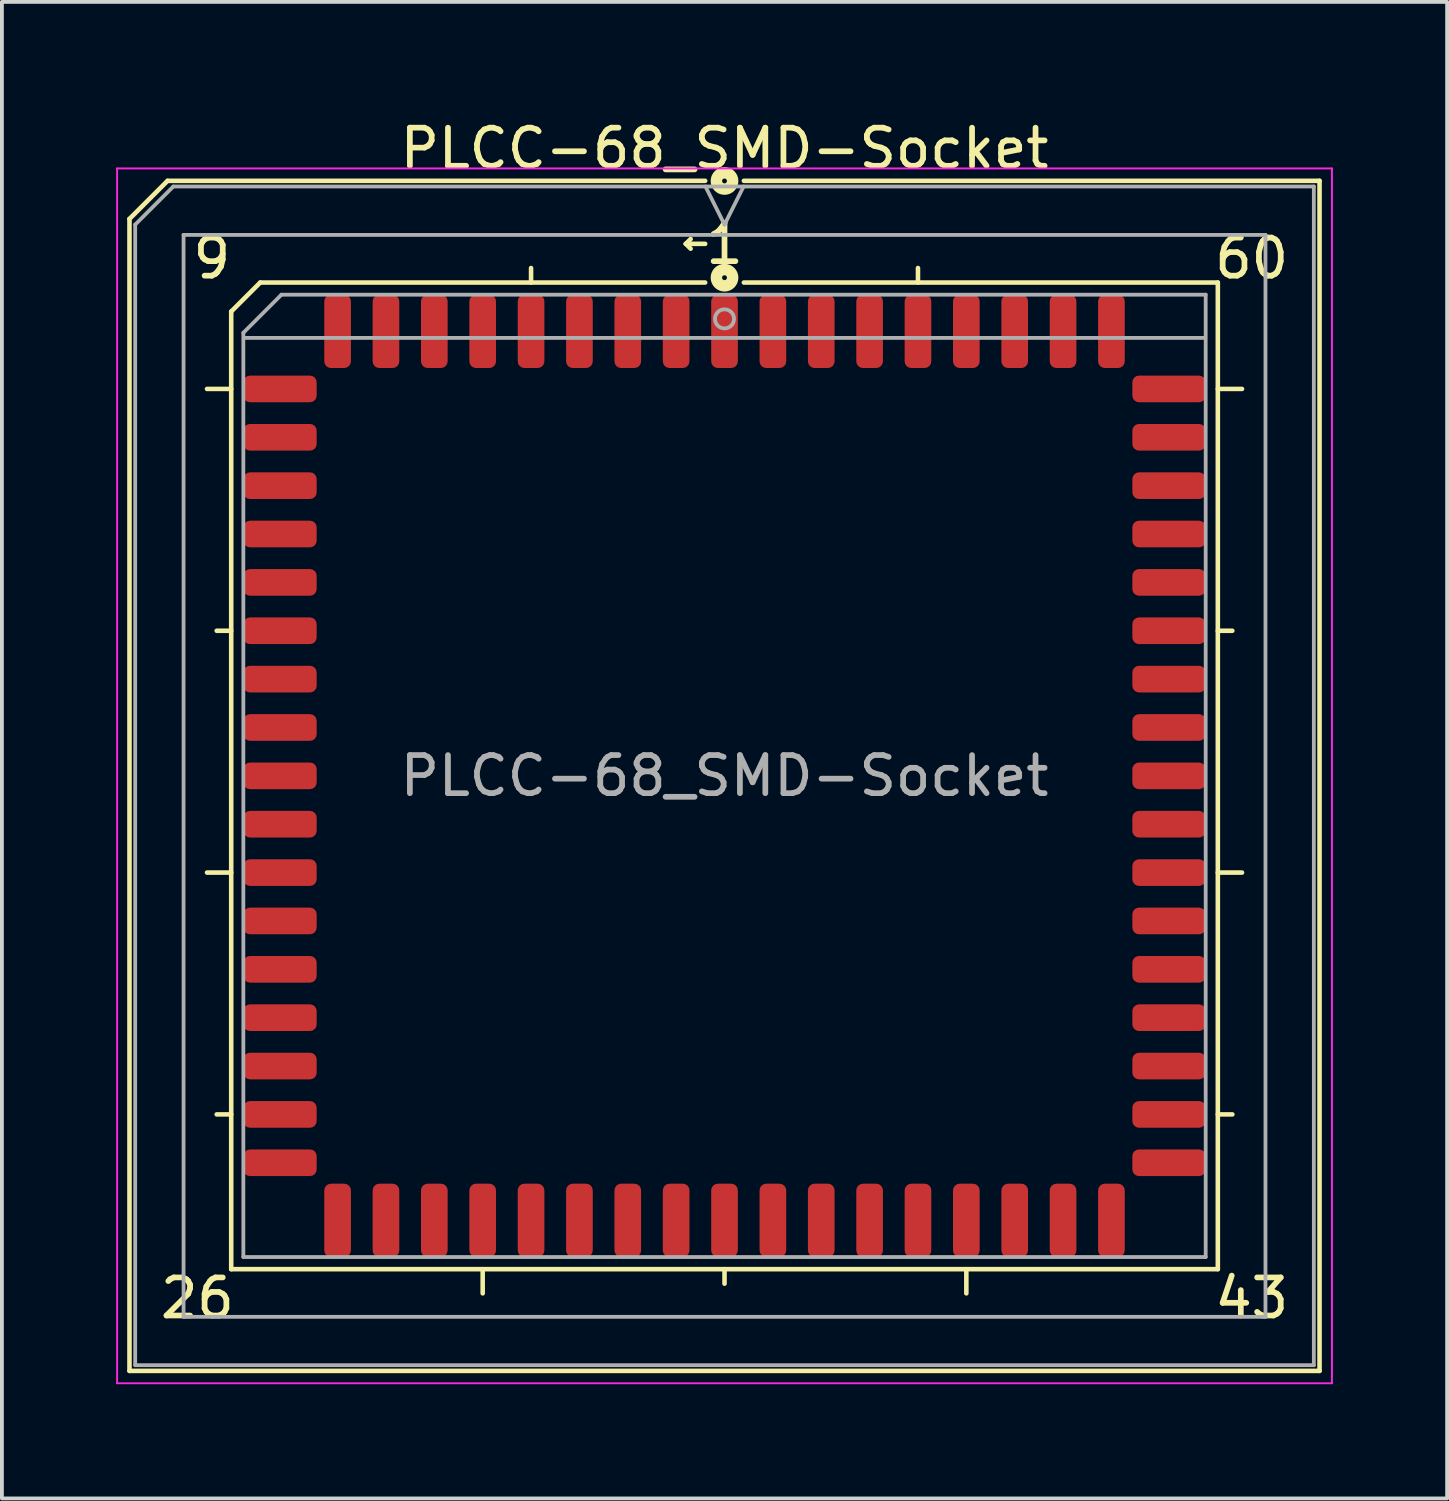
<source format=kicad_pcb>
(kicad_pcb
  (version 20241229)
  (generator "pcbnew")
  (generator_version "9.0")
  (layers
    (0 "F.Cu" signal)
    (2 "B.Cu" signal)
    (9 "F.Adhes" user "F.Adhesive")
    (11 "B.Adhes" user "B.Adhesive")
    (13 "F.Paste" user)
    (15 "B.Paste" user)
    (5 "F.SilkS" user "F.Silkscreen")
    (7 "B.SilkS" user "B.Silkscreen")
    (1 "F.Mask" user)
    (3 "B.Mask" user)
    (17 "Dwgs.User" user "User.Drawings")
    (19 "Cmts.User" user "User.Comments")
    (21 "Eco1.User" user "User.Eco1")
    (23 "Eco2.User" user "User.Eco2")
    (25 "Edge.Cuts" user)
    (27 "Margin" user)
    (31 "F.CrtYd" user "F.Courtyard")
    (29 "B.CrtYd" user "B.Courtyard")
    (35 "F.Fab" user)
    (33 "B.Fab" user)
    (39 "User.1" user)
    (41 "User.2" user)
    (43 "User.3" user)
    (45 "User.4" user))
  (footprint "PLCC-68_SMD-Socket"
    (layer "F.Cu")
    (at 15.975 17.323)
    (property "Reference" "PLCC-68_SMD-Socket" (at 0 -16.475 0) (layer "F.SilkS") (effects (font (size 1 1) (thickness 0.15))))
    (attr smd)
    (fp_line (start -15.625 -14.625) (end -15.625 15.625) (stroke (width 0.12) (type solid)) (layer "F.SilkS"))
    (fp_line (start -15.625 15.625) (end 15.625 15.625) (stroke (width 0.12) (type solid)) (layer "F.SilkS"))
    (fp_line (start -14.625 -15.625) (end -15.625 -14.625) (stroke (width 0.12) (type solid)) (layer "F.SilkS"))
    (fp_line (start -12.954 -12.192) (end -12.954 12.954) (stroke (width 0.12) (type solid)) (layer "F.SilkS"))
    (fp_line (start -12.954 -10.16) (end -13.589 -10.16) (stroke (width 0.12) (type solid)) (layer "F.SilkS"))
    (fp_line (start -12.954 -3.81) (end -13.335 -3.81) (stroke (width 0.12) (type solid)) (layer "F.SilkS"))
    (fp_line (start -12.954 2.54) (end -13.589 2.54) (stroke (width 0.12) (type solid)) (layer "F.SilkS"))
    (fp_line (start -12.954 8.89) (end -13.335 8.89) (stroke (width 0.12) (type solid)) (layer "F.SilkS"))
    (fp_line (start -12.954 12.954) (end 12.954 12.954) (stroke (width 0.12) (type solid)) (layer "F.SilkS"))
    (fp_line (start -12.192 -12.954) (end -12.954 -12.192) (stroke (width 0.12) (type solid)) (layer "F.SilkS"))
    (fp_line (start -6.35 12.954) (end -6.35 13.589) (stroke (width 0.12) (type solid)) (layer "F.SilkS"))
    (fp_line (start -5.08 -12.954) (end -5.08 -13.335) (stroke (width 0.12) (type solid)) (layer "F.SilkS"))
    (fp_line (start -1.016 -13.97) (end -0.889 -14.097) (stroke (width 0.12) (type solid)) (layer "F.SilkS"))
    (fp_line (start -1.016 -13.97) (end -0.889 -13.843) (stroke (width 0.12) (type solid)) (layer "F.SilkS"))
    (fp_line (start -0.508 -15.625) (end -14.625 -15.625) (stroke (width 0.12) (type solid)) (layer "F.SilkS"))
    (fp_line (start -0.508 -13.97) (end -1.016 -13.97) (stroke (width 0.12) (type solid)) (layer "F.SilkS"))
    (fp_line (start -0.508 -12.954) (end -12.192 -12.954) (stroke (width 0.12) (type solid)) (layer "F.SilkS"))
    (fp_line (start 0 12.954) (end 0 13.335) (stroke (width 0.12) (type solid)) (layer "F.SilkS"))
    (fp_line (start 5.08 -12.954) (end 5.08 -13.335) (stroke (width 0.12) (type solid)) (layer "F.SilkS"))
    (fp_line (start 6.35 12.954) (end 6.35 13.589) (stroke (width 0.12) (type solid)) (layer "F.SilkS"))
    (fp_line (start 12.954 -12.954) (end 0.508 -12.954) (stroke (width 0.12) (type solid)) (layer "F.SilkS"))
    (fp_line (start 12.954 -10.16) (end 13.589 -10.16) (stroke (width 0.12) (type solid)) (layer "F.SilkS"))
    (fp_line (start 12.954 -3.81) (end 13.335 -3.81) (stroke (width 0.12) (type solid)) (layer "F.SilkS"))
    (fp_line (start 12.954 2.54) (end 13.589 2.54) (stroke (width 0.12) (type solid)) (layer "F.SilkS"))
    (fp_line (start 12.954 8.89) (end 13.335 8.89) (stroke (width 0.12) (type solid)) (layer "F.SilkS"))
    (fp_line (start 12.954 12.954) (end 12.954 -12.954) (stroke (width 0.12) (type solid)) (layer "F.SilkS"))
    (fp_line (start 15.625 -15.625) (end 0.508 -15.625) (stroke (width 0.12) (type solid)) (layer "F.SilkS"))
    (fp_line (start 15.625 15.625) (end 15.625 -15.625) (stroke (width 0.12) (type solid)) (layer "F.SilkS"))
    (fp_circle (center 0 -15.621) (end 0.064 -15.621) (stroke (width 0.3) (type solid)) (fill no) (layer "F.SilkS"))
    (fp_circle (center 0 -13.081) (end 0.064 -13.081) (stroke (width 0.3) (type solid)) (fill no) (layer "F.SilkS"))
    (fp_line (start -15.95 -15.95) (end -15.95 15.95) (stroke (width 0.05) (type solid)) (layer "F.CrtYd"))
    (fp_line (start -15.95 15.95) (end 15.95 15.95) (stroke (width 0.05) (type solid)) (layer "F.CrtYd"))
    (fp_line (start 15.95 -15.95) (end -15.95 -15.95) (stroke (width 0.05) (type solid)) (layer "F.CrtYd"))
    (fp_line (start 15.95 15.95) (end 15.95 -15.95) (stroke (width 0.05) (type solid)) (layer "F.CrtYd"))
    (fp_line (start -15.475 -14.475) (end -15.475 15.475) (stroke (width 0.1) (type solid)) (layer "F.Fab"))
    (fp_line (start -15.475 15.475) (end 15.475 15.475) (stroke (width 0.1) (type solid)) (layer "F.Fab"))
    (fp_line (start -14.475 -15.475) (end -15.475 -14.475) (stroke (width 0.1) (type solid)) (layer "F.Fab"))
    (fp_line (start -14.205 -14.205) (end -14.205 14.205) (stroke (width 0.1) (type solid)) (layer "F.Fab"))
    (fp_line (start -14.205 14.205) (end 14.205 14.205) (stroke (width 0.1) (type solid)) (layer "F.Fab"))
    (fp_line (start -12.635 -11.635) (end -12.635 12.635) (stroke (width 0.1) (type solid)) (layer "F.Fab"))
    (fp_line (start -12.635 12.635) (end 12.635 12.635) (stroke (width 0.1) (type solid)) (layer "F.Fab"))
    (fp_line (start -11.635 -12.635) (end -12.635 -11.635) (stroke (width 0.1) (type solid)) (layer "F.Fab"))
    (fp_line (start -0.5 -15.475) (end 0 -14.475) (stroke (width 0.1) (type solid)) (layer "F.Fab"))
    (fp_line (start 0 -14.475) (end 0.5 -15.475) (stroke (width 0.1) (type solid)) (layer "F.Fab"))
    (fp_line (start 12.6 -11.5) (end -12.6 -11.5) (stroke (width 0.1) (type solid)) (layer "F.Fab"))
    (fp_line (start 12.635 -12.635) (end -11.635 -12.635) (stroke (width 0.1) (type solid)) (layer "F.Fab"))
    (fp_line (start 12.635 12.635) (end 12.635 -12.635) (stroke (width 0.1) (type solid)) (layer "F.Fab"))
    (fp_line (start 14.205 -14.205) (end -14.205 -14.205) (stroke (width 0.1) (type solid)) (layer "F.Fab"))
    (fp_line (start 14.205 14.205) (end 14.205 -14.205) (stroke (width 0.1) (type solid)) (layer "F.Fab"))
    (fp_line (start 15.475 -15.475) (end -14.475 -15.475) (stroke (width 0.1) (type solid)) (layer "F.Fab"))
    (fp_line (start 15.475 15.475) (end 15.475 -15.475) (stroke (width 0.1) (type solid)) (layer "F.Fab"))
    (fp_circle (center 0 -12) (end 0.25 -12) (stroke (width 0.1) (type solid)) (fill no) (layer "F.Fab"))
    (fp_text user "1" (at 0 -13.97 0) (unlocked yes) (layer "F.SilkS") (effects (font (size 1 1) (thickness 0.15))))
    (fp_text user "60" (at 13.843 -13.589 0) (unlocked yes) (layer "F.SilkS") (effects (font (size 1 1) (thickness 0.15))))
    (fp_text user "26" (at -13.843 13.716 0) (unlocked yes) (layer "F.SilkS") (effects (font (size 1 1) (thickness 0.15))))
    (fp_text user "43" (at 13.843 13.716 0) (unlocked yes) (layer "F.SilkS") (effects (font (size 1 1) (thickness 0.15))))
    (fp_text user "9" (at -13.462 -13.589 0) (unlocked yes) (layer "F.SilkS") (effects (font (size 1 1) (thickness 0.15))))
    (fp_text user "${REFERENCE}" (at 0 0 0) (layer "F.Fab") (effects (font (size 1 1) (thickness 0.15))))
    (pad "1" smd roundrect (at 0 -11.672) (size 0.7 1.925) (layers "F.Cu" "F.Mask" "F.Paste") (roundrect_rratio 0.25))
    (pad "2" smd roundrect (at -1.27 -11.672) (size 0.7 1.925) (layers "F.Cu" "F.Mask" "F.Paste") (roundrect_rratio 0.25))
    (pad "3" smd roundrect (at -2.54 -11.672) (size 0.7 1.925) (layers "F.Cu" "F.Mask" "F.Paste") (roundrect_rratio 0.25))
    (pad "4" smd roundrect (at -3.81 -11.672) (size 0.7 1.925) (layers "F.Cu" "F.Mask" "F.Paste") (roundrect_rratio 0.25))
    (pad "5" smd roundrect (at -5.08 -11.672) (size 0.7 1.925) (layers "F.Cu" "F.Mask" "F.Paste") (roundrect_rratio 0.25))
    (pad "6" smd roundrect (at -6.35 -11.672) (size 0.7 1.925) (layers "F.Cu" "F.Mask" "F.Paste") (roundrect_rratio 0.25))
    (pad "7" smd roundrect (at -7.62 -11.672) (size 0.7 1.925) (layers "F.Cu" "F.Mask" "F.Paste") (roundrect_rratio 0.25))
    (pad "8" smd roundrect (at -8.89 -11.672) (size 0.7 1.925) (layers "F.Cu" "F.Mask" "F.Paste") (roundrect_rratio 0.25))
    (pad "9" smd roundrect (at -10.16 -11.672) (size 0.7 1.925) (layers "F.Cu" "F.Mask" "F.Paste") (roundrect_rratio 0.25))
    (pad "10" smd roundrect (at -11.672 -10.16) (size 1.925 0.7) (layers "F.Cu" "F.Mask" "F.Paste") (roundrect_rratio 0.25))
    (pad "11" smd roundrect (at -11.672 -8.89) (size 1.925 0.7) (layers "F.Cu" "F.Mask" "F.Paste") (roundrect_rratio 0.25))
    (pad "12" smd roundrect (at -11.672 -7.62) (size 1.925 0.7) (layers "F.Cu" "F.Mask" "F.Paste") (roundrect_rratio 0.25))
    (pad "13" smd roundrect (at -11.672 -6.35) (size 1.925 0.7) (layers "F.Cu" "F.Mask" "F.Paste") (roundrect_rratio 0.25))
    (pad "14" smd roundrect (at -11.672 -5.08) (size 1.925 0.7) (layers "F.Cu" "F.Mask" "F.Paste") (roundrect_rratio 0.25))
    (pad "15" smd roundrect (at -11.672 -3.81) (size 1.925 0.7) (layers "F.Cu" "F.Mask" "F.Paste") (roundrect_rratio 0.25))
    (pad "16" smd roundrect (at -11.672 -2.54) (size 1.925 0.7) (layers "F.Cu" "F.Mask" "F.Paste") (roundrect_rratio 0.25))
    (pad "17" smd roundrect (at -11.672 -1.27) (size 1.925 0.7) (layers "F.Cu" "F.Mask" "F.Paste") (roundrect_rratio 0.25))
    (pad "18" smd roundrect (at -11.672 0) (size 1.925 0.7) (layers "F.Cu" "F.Mask" "F.Paste") (roundrect_rratio 0.25))
    (pad "19" smd roundrect (at -11.672 1.27) (size 1.925 0.7) (layers "F.Cu" "F.Mask" "F.Paste") (roundrect_rratio 0.25))
    (pad "20" smd roundrect (at -11.672 2.54) (size 1.925 0.7) (layers "F.Cu" "F.Mask" "F.Paste") (roundrect_rratio 0.25))
    (pad "21" smd roundrect (at -11.672 3.81) (size 1.925 0.7) (layers "F.Cu" "F.Mask" "F.Paste") (roundrect_rratio 0.25))
    (pad "22" smd roundrect (at -11.672 5.08) (size 1.925 0.7) (layers "F.Cu" "F.Mask" "F.Paste") (roundrect_rratio 0.25))
    (pad "23" smd roundrect (at -11.672 6.35) (size 1.925 0.7) (layers "F.Cu" "F.Mask" "F.Paste") (roundrect_rratio 0.25))
    (pad "24" smd roundrect (at -11.672 7.62) (size 1.925 0.7) (layers "F.Cu" "F.Mask" "F.Paste") (roundrect_rratio 0.25))
    (pad "25" smd roundrect (at -11.672 8.89) (size 1.925 0.7) (layers "F.Cu" "F.Mask" "F.Paste") (roundrect_rratio 0.25))
    (pad "26" smd roundrect (at -11.672 10.16) (size 1.925 0.7) (layers "F.Cu" "F.Mask" "F.Paste") (roundrect_rratio 0.25))
    (pad "27" smd roundrect (at -10.16 11.672) (size 0.7 1.925) (layers "F.Cu" "F.Mask" "F.Paste") (roundrect_rratio 0.25))
    (pad "28" smd roundrect (at -8.89 11.672) (size 0.7 1.925) (layers "F.Cu" "F.Mask" "F.Paste") (roundrect_rratio 0.25))
    (pad "29" smd roundrect (at -7.62 11.672) (size 0.7 1.925) (layers "F.Cu" "F.Mask" "F.Paste") (roundrect_rratio 0.25))
    (pad "30" smd roundrect (at -6.35 11.672) (size 0.7 1.925) (layers "F.Cu" "F.Mask" "F.Paste") (roundrect_rratio 0.25))
    (pad "31" smd roundrect (at -5.08 11.672) (size 0.7 1.925) (layers "F.Cu" "F.Mask" "F.Paste") (roundrect_rratio 0.25))
    (pad "32" smd roundrect (at -3.81 11.672) (size 0.7 1.925) (layers "F.Cu" "F.Mask" "F.Paste") (roundrect_rratio 0.25))
    (pad "33" smd roundrect (at -2.54 11.672) (size 0.7 1.925) (layers "F.Cu" "F.Mask" "F.Paste") (roundrect_rratio 0.25))
    (pad "34" smd roundrect (at -1.27 11.672) (size 0.7 1.925) (layers "F.Cu" "F.Mask" "F.Paste") (roundrect_rratio 0.25))
    (pad "35" smd roundrect (at 0 11.672) (size 0.7 1.925) (layers "F.Cu" "F.Mask" "F.Paste") (roundrect_rratio 0.25))
    (pad "36" smd roundrect (at 1.27 11.672) (size 0.7 1.925) (layers "F.Cu" "F.Mask" "F.Paste") (roundrect_rratio 0.25))
    (pad "37" smd roundrect (at 2.54 11.672) (size 0.7 1.925) (layers "F.Cu" "F.Mask" "F.Paste") (roundrect_rratio 0.25))
    (pad "38" smd roundrect (at 3.81 11.672) (size 0.7 1.925) (layers "F.Cu" "F.Mask" "F.Paste") (roundrect_rratio 0.25))
    (pad "39" smd roundrect (at 5.08 11.672) (size 0.7 1.925) (layers "F.Cu" "F.Mask" "F.Paste") (roundrect_rratio 0.25))
    (pad "40" smd roundrect (at 6.35 11.672) (size 0.7 1.925) (layers "F.Cu" "F.Mask" "F.Paste") (roundrect_rratio 0.25))
    (pad "41" smd roundrect (at 7.62 11.672) (size 0.7 1.925) (layers "F.Cu" "F.Mask" "F.Paste") (roundrect_rratio 0.25))
    (pad "42" smd roundrect (at 8.89 11.672) (size 0.7 1.925) (layers "F.Cu" "F.Mask" "F.Paste") (roundrect_rratio 0.25))
    (pad "43" smd roundrect (at 10.16 11.672) (size 0.7 1.925) (layers "F.Cu" "F.Mask" "F.Paste") (roundrect_rratio 0.25))
    (pad "44" smd roundrect (at 11.672 10.16) (size 1.925 0.7) (layers "F.Cu" "F.Mask" "F.Paste") (roundrect_rratio 0.25))
    (pad "45" smd roundrect (at 11.672 8.89) (size 1.925 0.7) (layers "F.Cu" "F.Mask" "F.Paste") (roundrect_rratio 0.25))
    (pad "46" smd roundrect (at 11.672 7.62) (size 1.925 0.7) (layers "F.Cu" "F.Mask" "F.Paste") (roundrect_rratio 0.25))
    (pad "47" smd roundrect (at 11.672 6.35) (size 1.925 0.7) (layers "F.Cu" "F.Mask" "F.Paste") (roundrect_rratio 0.25))
    (pad "48" smd roundrect (at 11.672 5.08) (size 1.925 0.7) (layers "F.Cu" "F.Mask" "F.Paste") (roundrect_rratio 0.25))
    (pad "49" smd roundrect (at 11.672 3.81) (size 1.925 0.7) (layers "F.Cu" "F.Mask" "F.Paste") (roundrect_rratio 0.25))
    (pad "50" smd roundrect (at 11.672 2.54) (size 1.925 0.7) (layers "F.Cu" "F.Mask" "F.Paste") (roundrect_rratio 0.25))
    (pad "51" smd roundrect (at 11.672 1.27) (size 1.925 0.7) (layers "F.Cu" "F.Mask" "F.Paste") (roundrect_rratio 0.25))
    (pad "52" smd roundrect (at 11.672 0) (size 1.925 0.7) (layers "F.Cu" "F.Mask" "F.Paste") (roundrect_rratio 0.25))
    (pad "53" smd roundrect (at 11.672 -1.27) (size 1.925 0.7) (layers "F.Cu" "F.Mask" "F.Paste") (roundrect_rratio 0.25))
    (pad "54" smd roundrect (at 11.672 -2.54) (size 1.925 0.7) (layers "F.Cu" "F.Mask" "F.Paste") (roundrect_rratio 0.25))
    (pad "55" smd roundrect (at 11.672 -3.81) (size 1.925 0.7) (layers "F.Cu" "F.Mask" "F.Paste") (roundrect_rratio 0.25))
    (pad "56" smd roundrect (at 11.672 -5.08) (size 1.925 0.7) (layers "F.Cu" "F.Mask" "F.Paste") (roundrect_rratio 0.25))
    (pad "57" smd roundrect (at 11.672 -6.35) (size 1.925 0.7) (layers "F.Cu" "F.Mask" "F.Paste") (roundrect_rratio 0.25))
    (pad "58" smd roundrect (at 11.672 -7.62) (size 1.925 0.7) (layers "F.Cu" "F.Mask" "F.Paste") (roundrect_rratio 0.25))
    (pad "59" smd roundrect (at 11.672 -8.89) (size 1.925 0.7) (layers "F.Cu" "F.Mask" "F.Paste") (roundrect_rratio 0.25))
    (pad "60" smd roundrect (at 11.672 -10.16) (size 1.925 0.7) (layers "F.Cu" "F.Mask" "F.Paste") (roundrect_rratio 0.25))
    (pad "61" smd roundrect (at 10.16 -11.672) (size 0.7 1.925) (layers "F.Cu" "F.Mask" "F.Paste") (roundrect_rratio 0.25))
    (pad "62" smd roundrect (at 8.89 -11.672) (size 0.7 1.925) (layers "F.Cu" "F.Mask" "F.Paste") (roundrect_rratio 0.25))
    (pad "63" smd roundrect (at 7.62 -11.672) (size 0.7 1.925) (layers "F.Cu" "F.Mask" "F.Paste") (roundrect_rratio 0.25))
    (pad "64" smd roundrect (at 6.35 -11.672) (size 0.7 1.925) (layers "F.Cu" "F.Mask" "F.Paste") (roundrect_rratio 0.25))
    (pad "65" smd roundrect (at 5.08 -11.672) (size 0.7 1.925) (layers "F.Cu" "F.Mask" "F.Paste") (roundrect_rratio 0.25))
    (pad "66" smd roundrect (at 3.81 -11.672) (size 0.7 1.925) (layers "F.Cu" "F.Mask" "F.Paste") (roundrect_rratio 0.25))
    (pad "67" smd roundrect (at 2.54 -11.672) (size 0.7 1.925) (layers "F.Cu" "F.Mask" "F.Paste") (roundrect_rratio 0.25))
    (pad "68" smd roundrect (at 1.27 -11.672) (size 0.7 1.925) (layers "F.Cu" "F.Mask" "F.Paste") (roundrect_rratio 0.25)))
  (gr_rect
    (start -3 -3)
    (end 34.95 36.298)
    (stroke (width 0.1) (type default))
    (fill no)
    (layer "Edge.Cuts")))
</source>
